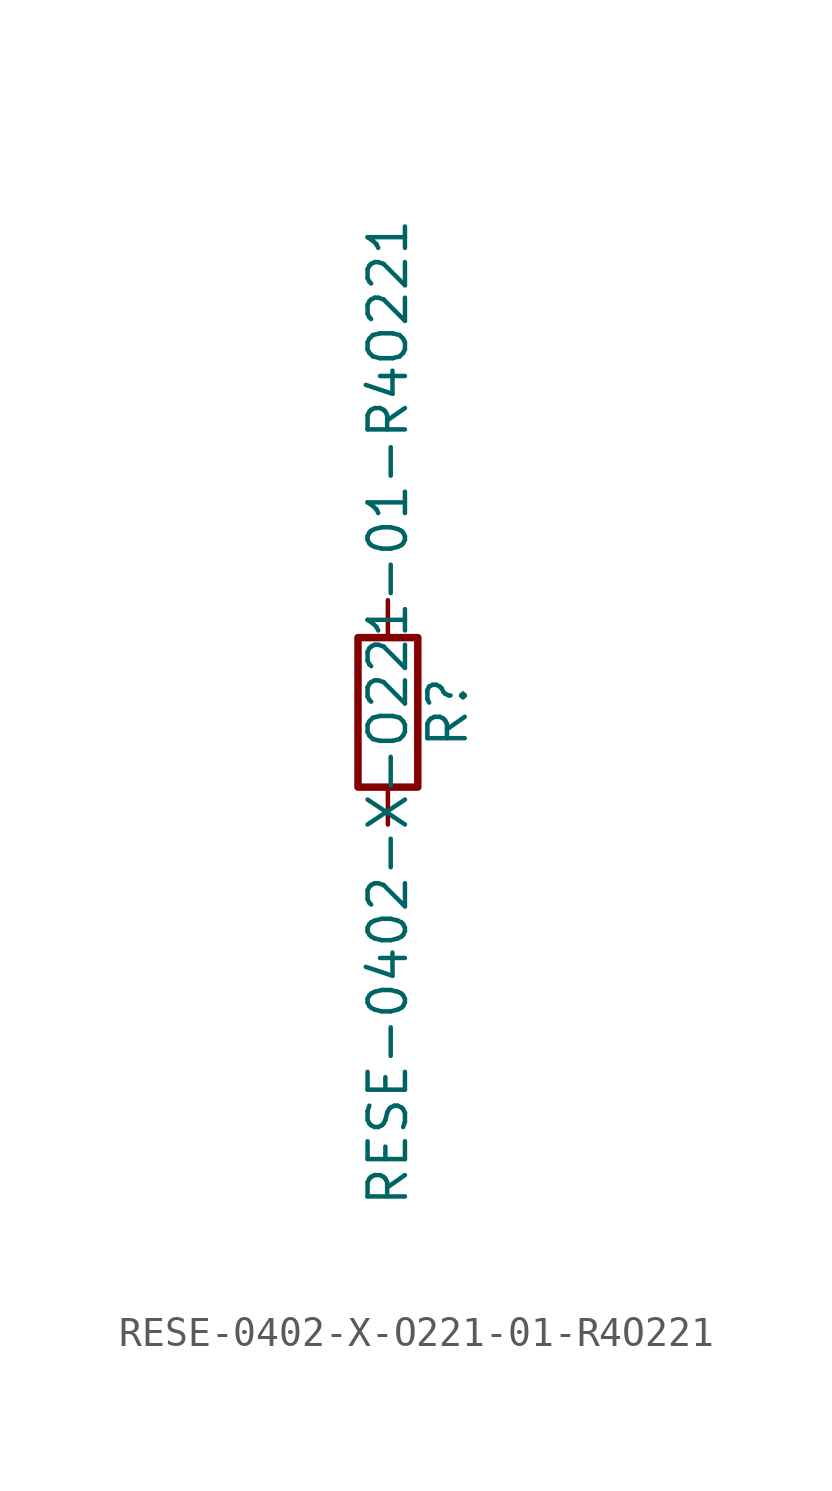
<source format=kicad_sym>
(kicad_symbol_lib
  (version 20211014)
  (generator kicad_symbol_editor)
  (symbol "RESE-0402-X-O221-01-R4O221"
    (pin_numbers hide)
    (pin_names
      (offset 0))
    (property "Reference" "R"
      (at 2.032 0 90)
      (effects (font (size 1.27 1.27))))
    (property "Value" "RESE-0402-X-O221-01-R4O221"
      (at 0 0 90)
      (effects (font (size 1.27 1.27))))
    (symbol "RESE-0402-X-O221-01-R4O221_0_1"
      (rectangle (start -1.016 -2.54) (end 1.016 2.54) (stroke (width 0.254) (type default) (color 0 0 0 0)) (fill (type none))))
    (symbol "RESE-0402-X-O221-01-R4O221_1_1"
      (pin passive line (at 0 3.81 270) (length 1.27) (name "~" (effects (font (size 1.27 1.27)))) (number "1" (effects (font (size 1.27 1.27)))))
      (pin passive line (at 0 -3.81 90) (length 1.27) (name "~" (effects (font (size 1.27 1.27)))) (number "2" (effects (font (size 1.27 1.27))))))))
</source>
